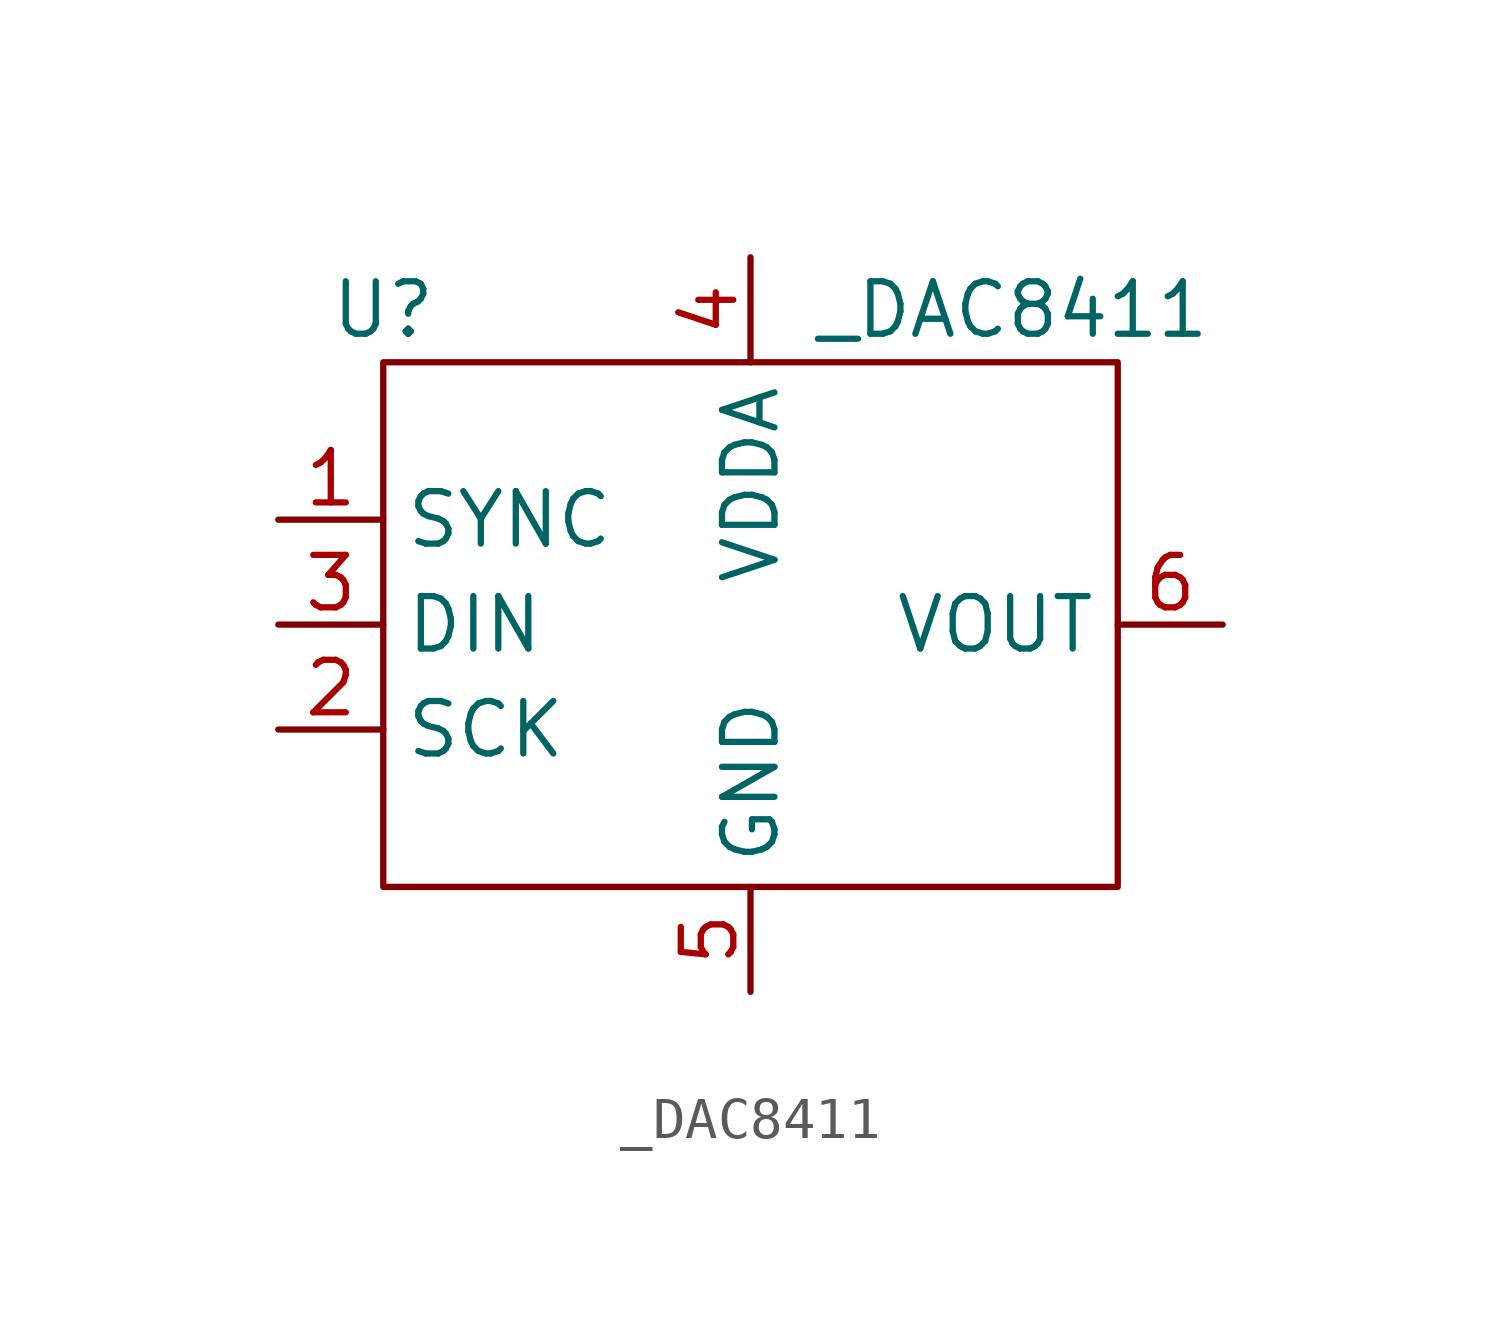
<source format=kicad_sym>
(kicad_symbol_lib
  (version 20211014)
  (generator kicad_symbol_editor)
  (symbol "_DAC8411"
    (property "Reference" "U"
      (at -8.89 1.27 0)
      (effects (font (size 1.27 1.27))))
    (property "Value" "_DAC8411"
      (at 6.35 1.27 0)
      (effects (font (size 1.27 1.27))))
    (symbol "_DAC8411_0_0"
      (pin input line (at -11.43 -3.81 0) (length 2.54) (name "SYNC" (effects (font (size 1.27 1.27)))) (number "1" (effects (font (size 1.27 1.27)))))
      (pin input line (at -11.43 -8.89 0) (length 2.54) (name "SCK" (effects (font (size 1.27 1.27)))) (number "2" (effects (font (size 1.27 1.27)))))
      (pin tri_state line (at -11.43 -6.35 0) (length 2.54) (name "DIN" (effects (font (size 1.27 1.27)))) (number "3" (effects (font (size 1.27 1.27)))))
      (pin power_in line (at 0 2.54 270) (length 2.54) (name "VDDA" (effects (font (size 1.27 1.27)))) (number "4" (effects (font (size 1.27 1.27)))))
      (pin power_in line (at 0 -15.24 90) (length 2.54) (name "GND" (effects (font (size 1.27 1.27)))) (number "5" (effects (font (size 1.27 1.27)))))
      (pin output line (at 11.43 -6.35 180) (length 2.54) (name "VOUT" (effects (font (size 1.27 1.27)))) (number "6" (effects (font (size 1.27 1.27))))))
    (symbol "_DAC8411_0_1"
      (rectangle (start -8.89 0) (end 8.89 -12.7) (stroke (width 0) (type default) (color 0 0 0 0)) (fill (type none))))))
</source>
